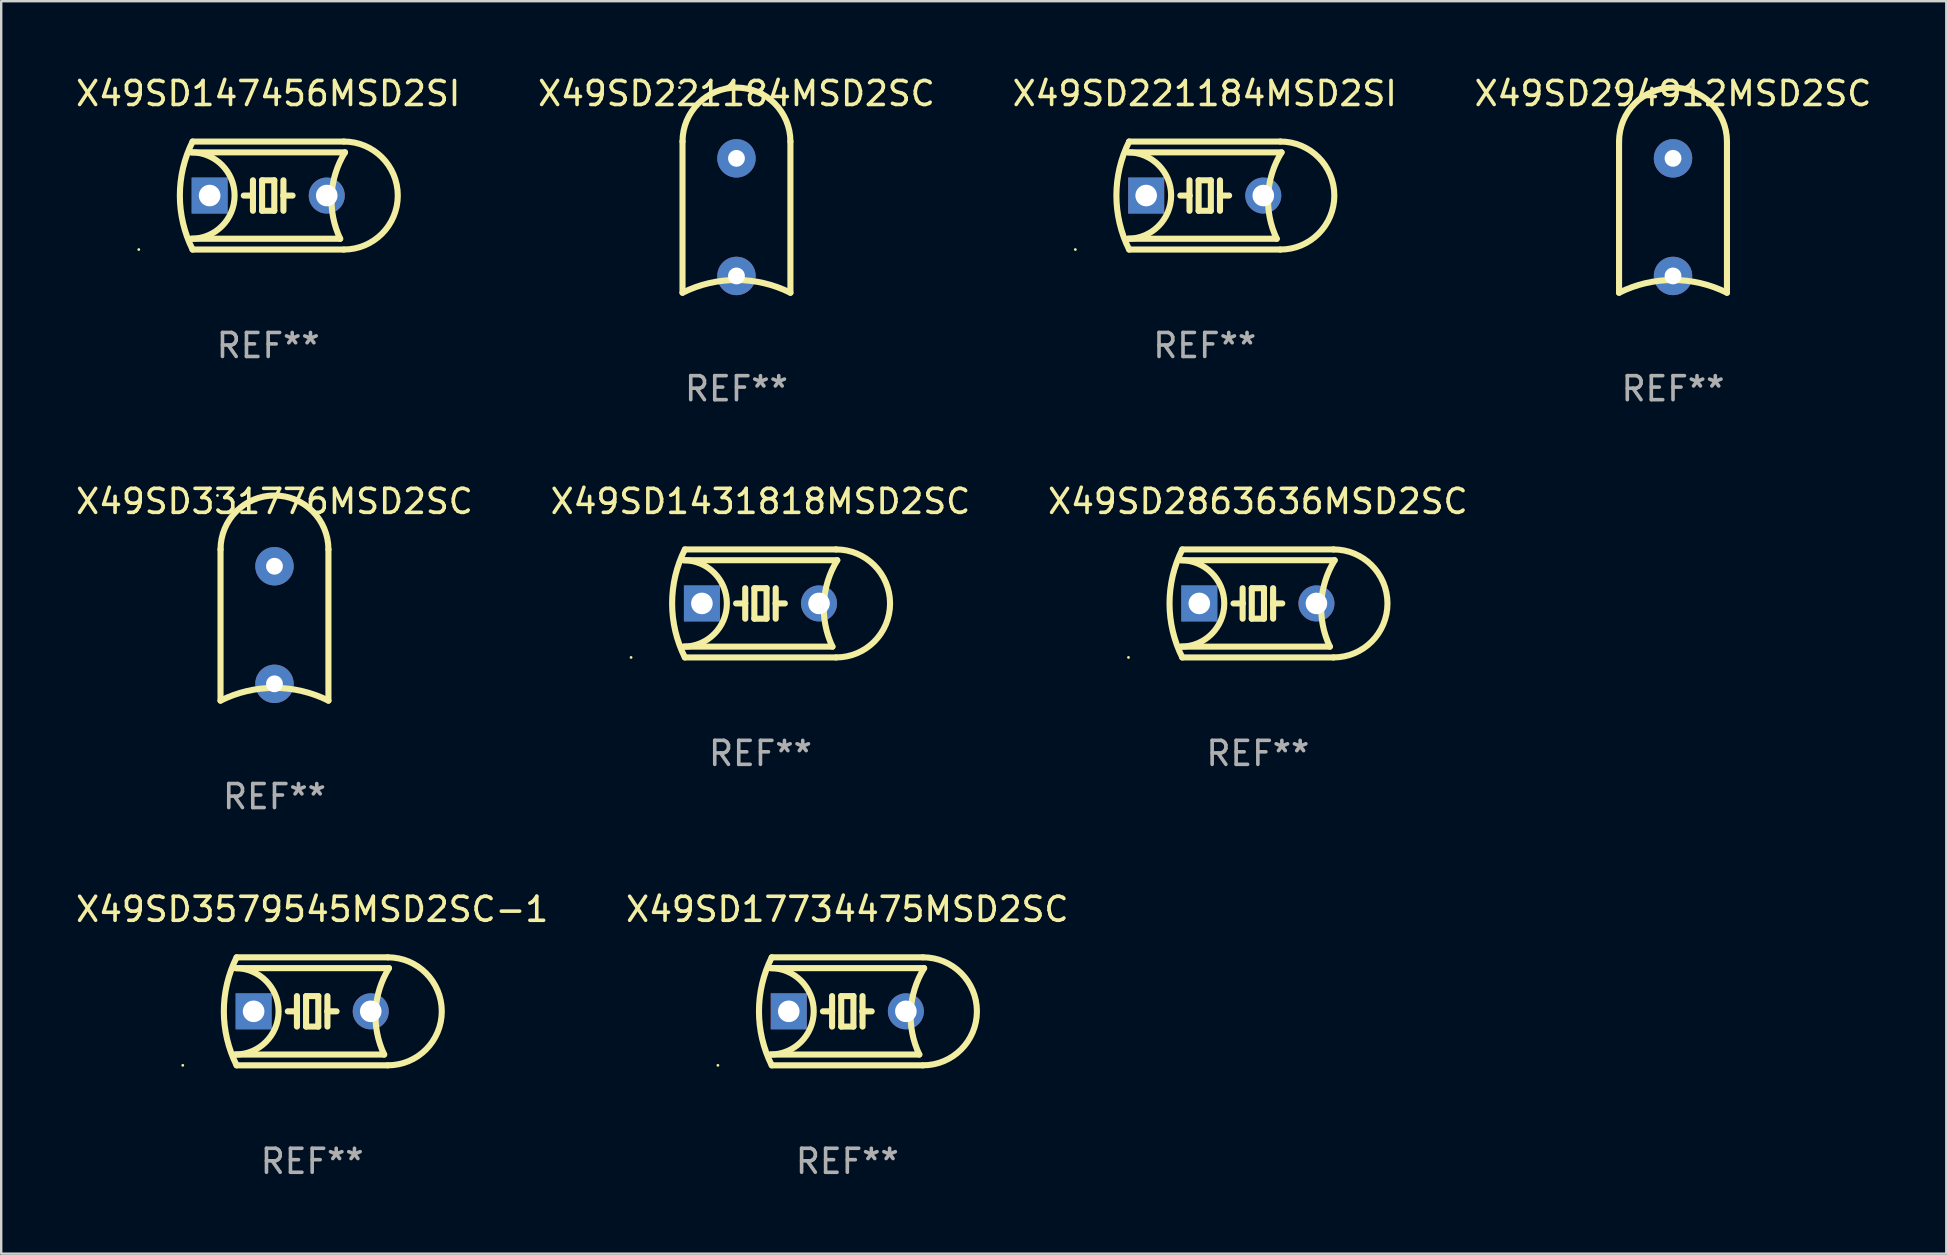
<source format=kicad_pcb>
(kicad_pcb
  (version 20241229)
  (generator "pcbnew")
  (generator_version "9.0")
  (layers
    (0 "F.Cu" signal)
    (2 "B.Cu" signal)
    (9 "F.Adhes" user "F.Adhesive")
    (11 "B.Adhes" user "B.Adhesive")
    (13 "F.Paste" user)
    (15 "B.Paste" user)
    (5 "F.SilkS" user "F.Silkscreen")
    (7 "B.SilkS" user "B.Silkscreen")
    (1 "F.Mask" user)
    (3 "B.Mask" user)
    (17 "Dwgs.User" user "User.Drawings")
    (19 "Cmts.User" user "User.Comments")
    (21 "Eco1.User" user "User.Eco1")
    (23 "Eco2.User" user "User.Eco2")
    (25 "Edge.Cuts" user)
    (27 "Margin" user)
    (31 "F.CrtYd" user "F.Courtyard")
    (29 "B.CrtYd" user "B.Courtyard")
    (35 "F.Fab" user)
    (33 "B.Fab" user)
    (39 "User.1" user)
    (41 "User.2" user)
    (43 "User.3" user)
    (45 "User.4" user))
  (footprint "X49SD221184MSD2SC"
    (layer "F.Cu")
    (at 27.637 5.998)
    (property "Reference" "X49SD221184MSD2SC" (at 0 -5.15 0) (layer "F.SilkS") (effects (font (size 1 1) (thickness 0.15))))
    (attr through_hole)
    (fp_line (start -2.248 3.15) (end -2.248 -3.15) (stroke (width 0.254) (type solid)) (layer "F.SilkS"))
    (fp_line (start 2.248 3.15) (end 2.248 -3.15) (stroke (width 0.254) (type solid)) (layer "F.SilkS"))
    (fp_arc (start -2.247904 -3.149606) (mid 0 -5.39751) (end 2.247904 -3.149606) (stroke (width 0.254001) (type solid)) (layer "F.SilkS"))
    (fp_arc (start -2.247904 3.149606) (mid 0 2.618948) (end 2.247905 3.149606) (stroke (width 0.254001) (type solid)) (layer "F.SilkS"))
    (fp_circle (center -2.375 -5.398) (end -2.345 -5.398) (stroke (width 0.06) (type solid)) (fill no) (layer "F.SilkS"))
    (fp_text user "REF**" (at 0 7.15 0) (layer "F.Fab") (effects (font (size 1 1) (thickness 0.15))))
    (pad "1" thru_hole circle (at 0 -2.45) (size 1.6 1.6) (drill 0.7) (layers "*.Cu" "*.Mask"))
    (pad "2" thru_hole circle (at 0 2.45) (size 1.6 1.6) (drill 0.7) (layers "*.Cu" "*.Mask")))
  (footprint "X49SD1431818MSD2SC"
    (layer "F.Cu")
    (at 28.637 22.094)
    (property "Reference" "X49SD1431818MSD2SC" (at 0 -4.25 0) (layer "F.SilkS") (effects (font (size 1 1) (thickness 0.15))))
    (attr through_hole)
    (fp_line (start -3.2 -1.8) (end 3.2 -1.8) (stroke (width 0.254) (type solid)) (layer "F.SilkS"))
    (fp_line (start -3.15 2.25) (end 3.15 2.25) (stroke (width 0.254) (type solid)) (layer "F.SilkS"))
    (fp_line (start -0.635 -0.635) (end -0.635 0) (stroke (width 0.254) (type solid)) (layer "F.SilkS"))
    (fp_line (start -0.635 0) (end -1.016 0) (stroke (width 0.254) (type solid)) (layer "F.SilkS"))
    (fp_line (start -0.635 0) (end -0.635 0.635) (stroke (width 0.254) (type solid)) (layer "F.SilkS"))
    (fp_line (start -0.254 -0.635) (end -0.254 0.635) (stroke (width 0.254) (type solid)) (layer "F.SilkS"))
    (fp_line (start -0.254 0.635) (end 0.254 0.635) (stroke (width 0.254) (type solid)) (layer "F.SilkS"))
    (fp_line (start 0.254 -0.635) (end -0.254 -0.635) (stroke (width 0.254) (type solid)) (layer "F.SilkS"))
    (fp_line (start 0.254 0.635) (end 0.254 -0.635) (stroke (width 0.254) (type solid)) (layer "F.SilkS"))
    (fp_line (start 0.635 -0.635) (end 0.635 0) (stroke (width 0.254) (type solid)) (layer "F.SilkS"))
    (fp_line (start 0.635 0) (end 0.635 0.635) (stroke (width 0.254) (type solid)) (layer "F.SilkS"))
    (fp_line (start 0.635 0) (end 1.016 0) (stroke (width 0.254) (type solid)) (layer "F.SilkS"))
    (fp_line (start 3 1.8) (end -3.2 1.8) (stroke (width 0.254) (type solid)) (layer "F.SilkS"))
    (fp_line (start 3.15 -2.25) (end -3.15 -2.25) (stroke (width 0.254) (type solid)) (layer "F.SilkS"))
    (fp_arc (start -3.200406 -1.800864) (mid -1.399974 -0.000635) (end -3.2 1.8) (stroke (width 0.254001) (type solid)) (layer "F.SilkS"))
    (fp_arc (start -3.149606 2.250444) (mid -3.680941 0.000261) (end -3.149987 -2.250013) (stroke (width 0.254001) (type solid)) (layer "F.SilkS"))
    (fp_arc (start 2.999746 1.800863) (mid 2.642982 -0.024977) (end 3.2 -1.8) (stroke (width 0.254001) (type solid)) (layer "F.SilkS"))
    (fp_arc (start 3.149607 -2.250445) (mid 5.399848 -0.000406) (end 3.149987 2.250013) (stroke (width 0.254001) (type solid)) (layer "F.SilkS"))
    (fp_circle (center -5.392 2.25) (end -5.362 2.25) (stroke (width 0.06) (type solid)) (fill no) (layer "F.SilkS"))
    (fp_text user "REF**" (at 0 6.25 0) (layer "F.Fab") (effects (font (size 1 1) (thickness 0.15))))
    (pad "1" thru_hole rect (at -2.44 0) (size 1.5 1.5) (drill 0.9) (layers "*.Cu" "*.Mask"))
    (pad "2" thru_hole circle (at 2.44 0) (size 1.5 1.5) (drill 0.9) (layers "*.Cu" "*.Mask")))
  (footprint "X49SD17734475MSD2SC"
    (layer "F.Cu")
    (at 32.256 39.09)
    (property "Reference" "X49SD17734475MSD2SC" (at 0 -4.25 0) (layer "F.SilkS") (effects (font (size 1 1) (thickness 0.15))))
    (attr through_hole)
    (fp_line (start -3.2 -1.8) (end 3.2 -1.8) (stroke (width 0.254) (type solid)) (layer "F.SilkS"))
    (fp_line (start -3.15 2.25) (end 3.15 2.25) (stroke (width 0.254) (type solid)) (layer "F.SilkS"))
    (fp_line (start -0.635 -0.635) (end -0.635 0) (stroke (width 0.254) (type solid)) (layer "F.SilkS"))
    (fp_line (start -0.635 0) (end -1.016 0) (stroke (width 0.254) (type solid)) (layer "F.SilkS"))
    (fp_line (start -0.635 0) (end -0.635 0.635) (stroke (width 0.254) (type solid)) (layer "F.SilkS"))
    (fp_line (start -0.254 -0.635) (end -0.254 0.635) (stroke (width 0.254) (type solid)) (layer "F.SilkS"))
    (fp_line (start -0.254 0.635) (end 0.254 0.635) (stroke (width 0.254) (type solid)) (layer "F.SilkS"))
    (fp_line (start 0.254 -0.635) (end -0.254 -0.635) (stroke (width 0.254) (type solid)) (layer "F.SilkS"))
    (fp_line (start 0.254 0.635) (end 0.254 -0.635) (stroke (width 0.254) (type solid)) (layer "F.SilkS"))
    (fp_line (start 0.635 -0.635) (end 0.635 0) (stroke (width 0.254) (type solid)) (layer "F.SilkS"))
    (fp_line (start 0.635 0) (end 0.635 0.635) (stroke (width 0.254) (type solid)) (layer "F.SilkS"))
    (fp_line (start 0.635 0) (end 1.016 0) (stroke (width 0.254) (type solid)) (layer "F.SilkS"))
    (fp_line (start 3 1.8) (end -3.2 1.8) (stroke (width 0.254) (type solid)) (layer "F.SilkS"))
    (fp_line (start 3.15 -2.25) (end -3.15 -2.25) (stroke (width 0.254) (type solid)) (layer "F.SilkS"))
    (fp_arc (start -3.200406 -1.800864) (mid -1.399974 -0.000635) (end -3.2 1.8) (stroke (width 0.254001) (type solid)) (layer "F.SilkS"))
    (fp_arc (start -3.149606 2.250444) (mid -3.680941 0.000261) (end -3.149987 -2.250013) (stroke (width 0.254001) (type solid)) (layer "F.SilkS"))
    (fp_arc (start 2.999746 1.800863) (mid 2.642982 -0.024977) (end 3.2 -1.8) (stroke (width 0.254001) (type solid)) (layer "F.SilkS"))
    (fp_arc (start 3.149607 -2.250445) (mid 5.399848 -0.000406) (end 3.149987 2.250013) (stroke (width 0.254001) (type solid)) (layer "F.SilkS"))
    (fp_circle (center -5.392 2.25) (end -5.362 2.25) (stroke (width 0.06) (type solid)) (fill no) (layer "F.SilkS"))
    (fp_text user "REF**" (at 0 6.25 0) (layer "F.Fab") (effects (font (size 1 1) (thickness 0.15))))
    (pad "1" thru_hole rect (at -2.44 0) (size 1.5 1.5) (drill 0.9) (layers "*.Cu" "*.Mask"))
    (pad "2" thru_hole circle (at 2.44 0) (size 1.5 1.5) (drill 0.9) (layers "*.Cu" "*.Mask")))
  (footprint "X49SD2863636MSD2SC"
    (layer "F.Cu")
    (at 49.363 22.094)
    (property "Reference" "X49SD2863636MSD2SC" (at 0 -4.25 0) (layer "F.SilkS") (effects (font (size 1 1) (thickness 0.15))))
    (attr through_hole)
    (fp_line (start -3.2 -1.8) (end 3.2 -1.8) (stroke (width 0.254) (type solid)) (layer "F.SilkS"))
    (fp_line (start -3.15 2.25) (end 3.15 2.25) (stroke (width 0.254) (type solid)) (layer "F.SilkS"))
    (fp_line (start -0.635 -0.635) (end -0.635 0) (stroke (width 0.254) (type solid)) (layer "F.SilkS"))
    (fp_line (start -0.635 0) (end -1.016 0) (stroke (width 0.254) (type solid)) (layer "F.SilkS"))
    (fp_line (start -0.635 0) (end -0.635 0.635) (stroke (width 0.254) (type solid)) (layer "F.SilkS"))
    (fp_line (start -0.254 -0.635) (end -0.254 0.635) (stroke (width 0.254) (type solid)) (layer "F.SilkS"))
    (fp_line (start -0.254 0.635) (end 0.254 0.635) (stroke (width 0.254) (type solid)) (layer "F.SilkS"))
    (fp_line (start 0.254 -0.635) (end -0.254 -0.635) (stroke (width 0.254) (type solid)) (layer "F.SilkS"))
    (fp_line (start 0.254 0.635) (end 0.254 -0.635) (stroke (width 0.254) (type solid)) (layer "F.SilkS"))
    (fp_line (start 0.635 -0.635) (end 0.635 0) (stroke (width 0.254) (type solid)) (layer "F.SilkS"))
    (fp_line (start 0.635 0) (end 0.635 0.635) (stroke (width 0.254) (type solid)) (layer "F.SilkS"))
    (fp_line (start 0.635 0) (end 1.016 0) (stroke (width 0.254) (type solid)) (layer "F.SilkS"))
    (fp_line (start 3 1.8) (end -3.2 1.8) (stroke (width 0.254) (type solid)) (layer "F.SilkS"))
    (fp_line (start 3.15 -2.25) (end -3.15 -2.25) (stroke (width 0.254) (type solid)) (layer "F.SilkS"))
    (fp_arc (start -3.200406 -1.800864) (mid -1.399974 -0.000635) (end -3.2 1.8) (stroke (width 0.254001) (type solid)) (layer "F.SilkS"))
    (fp_arc (start -3.149606 2.250444) (mid -3.680941 0.000261) (end -3.149987 -2.250013) (stroke (width 0.254001) (type solid)) (layer "F.SilkS"))
    (fp_arc (start 2.999746 1.800863) (mid 2.642982 -0.024977) (end 3.2 -1.8) (stroke (width 0.254001) (type solid)) (layer "F.SilkS"))
    (fp_arc (start 3.149607 -2.250445) (mid 5.399848 -0.000406) (end 3.149987 2.250013) (stroke (width 0.254001) (type solid)) (layer "F.SilkS"))
    (fp_circle (center -5.392 2.25) (end -5.362 2.25) (stroke (width 0.06) (type solid)) (fill no) (layer "F.SilkS"))
    (fp_text user "REF**" (at 0 6.25 0) (layer "F.Fab") (effects (font (size 1 1) (thickness 0.15))))
    (pad "1" thru_hole rect (at -2.44 0) (size 1.5 1.5) (drill 0.9) (layers "*.Cu" "*.Mask"))
    (pad "2" thru_hole circle (at 2.44 0) (size 1.5 1.5) (drill 0.9) (layers "*.Cu" "*.Mask")))
  (footprint "X49SD221184MSD2SI"
    (layer "F.Cu")
    (at 47.149 5.098)
    (property "Reference" "X49SD221184MSD2SI" (at 0 -4.25 0) (layer "F.SilkS") (effects (font (size 1 1) (thickness 0.15))))
    (attr through_hole)
    (fp_line (start -3.2 -1.8) (end 3.2 -1.8) (stroke (width 0.254) (type solid)) (layer "F.SilkS"))
    (fp_line (start -3.15 2.25) (end 3.15 2.25) (stroke (width 0.254) (type solid)) (layer "F.SilkS"))
    (fp_line (start -0.635 -0.635) (end -0.635 0) (stroke (width 0.254) (type solid)) (layer "F.SilkS"))
    (fp_line (start -0.635 0) (end -1.016 0) (stroke (width 0.254) (type solid)) (layer "F.SilkS"))
    (fp_line (start -0.635 0) (end -0.635 0.635) (stroke (width 0.254) (type solid)) (layer "F.SilkS"))
    (fp_line (start -0.254 -0.635) (end -0.254 0.635) (stroke (width 0.254) (type solid)) (layer "F.SilkS"))
    (fp_line (start -0.254 0.635) (end 0.254 0.635) (stroke (width 0.254) (type solid)) (layer "F.SilkS"))
    (fp_line (start 0.254 -0.635) (end -0.254 -0.635) (stroke (width 0.254) (type solid)) (layer "F.SilkS"))
    (fp_line (start 0.254 0.635) (end 0.254 -0.635) (stroke (width 0.254) (type solid)) (layer "F.SilkS"))
    (fp_line (start 0.635 -0.635) (end 0.635 0) (stroke (width 0.254) (type solid)) (layer "F.SilkS"))
    (fp_line (start 0.635 0) (end 0.635 0.635) (stroke (width 0.254) (type solid)) (layer "F.SilkS"))
    (fp_line (start 0.635 0) (end 1.016 0) (stroke (width 0.254) (type solid)) (layer "F.SilkS"))
    (fp_line (start 3 1.8) (end -3.2 1.8) (stroke (width 0.254) (type solid)) (layer "F.SilkS"))
    (fp_line (start 3.15 -2.25) (end -3.15 -2.25) (stroke (width 0.254) (type solid)) (layer "F.SilkS"))
    (fp_arc (start -3.200406 -1.800864) (mid -1.399974 -0.000635) (end -3.2 1.8) (stroke (width 0.254001) (type solid)) (layer "F.SilkS"))
    (fp_arc (start -3.149606 2.250444) (mid -3.680941 0.000261) (end -3.149987 -2.250013) (stroke (width 0.254001) (type solid)) (layer "F.SilkS"))
    (fp_arc (start 2.999746 1.800863) (mid 2.642982 -0.024977) (end 3.2 -1.8) (stroke (width 0.254001) (type solid)) (layer "F.SilkS"))
    (fp_arc (start 3.149607 -2.250445) (mid 5.399848 -0.000406) (end 3.149987 2.250013) (stroke (width 0.254001) (type solid)) (layer "F.SilkS"))
    (fp_circle (center -5.392 2.25) (end -5.362 2.25) (stroke (width 0.06) (type solid)) (fill no) (layer "F.SilkS"))
    (fp_text user "REF**" (at 0 6.25 0) (layer "F.Fab") (effects (font (size 1 1) (thickness 0.15))))
    (pad "1" thru_hole rect (at -2.44 0) (size 1.5 1.5) (drill 0.9) (layers "*.Cu" "*.Mask"))
    (pad "2" thru_hole circle (at 2.44 0) (size 1.5 1.5) (drill 0.9) (layers "*.Cu" "*.Mask")))
  (footprint "X49SD294912MSD2SC"
    (layer "F.Cu")
    (at 66.661 5.998)
    (property "Reference" "X49SD294912MSD2SC" (at 0 -5.15 0) (layer "F.SilkS") (effects (font (size 1 1) (thickness 0.15))))
    (attr through_hole)
    (fp_line (start -2.248 3.15) (end -2.248 -3.15) (stroke (width 0.254) (type solid)) (layer "F.SilkS"))
    (fp_line (start 2.248 3.15) (end 2.248 -3.15) (stroke (width 0.254) (type solid)) (layer "F.SilkS"))
    (fp_arc (start -2.247904 -3.149606) (mid 0 -5.39751) (end 2.247904 -3.149606) (stroke (width 0.254001) (type solid)) (layer "F.SilkS"))
    (fp_arc (start -2.247904 3.149606) (mid 0 2.618948) (end 2.247905 3.149606) (stroke (width 0.254001) (type solid)) (layer "F.SilkS"))
    (fp_circle (center -2.375 -5.398) (end -2.345 -5.398) (stroke (width 0.06) (type solid)) (fill no) (layer "F.SilkS"))
    (fp_text user "REF**" (at 0 7.15 0) (layer "F.Fab") (effects (font (size 1 1) (thickness 0.15))))
    (pad "1" thru_hole circle (at 0 -2.45) (size 1.6 1.6) (drill 0.7) (layers "*.Cu" "*.Mask"))
    (pad "2" thru_hole circle (at 0 2.45) (size 1.6 1.6) (drill 0.7) (layers "*.Cu" "*.Mask")))
  (footprint "X49SD147456MSD2SI"
    (layer "F.Cu")
    (at 8.125 5.098)
    (property "Reference" "X49SD147456MSD2SI" (at 0 -4.25 0) (layer "F.SilkS") (effects (font (size 1 1) (thickness 0.15))))
    (attr through_hole)
    (fp_line (start -3.2 -1.8) (end 3.2 -1.8) (stroke (width 0.254) (type solid)) (layer "F.SilkS"))
    (fp_line (start -3.15 2.25) (end 3.15 2.25) (stroke (width 0.254) (type solid)) (layer "F.SilkS"))
    (fp_line (start -0.635 -0.635) (end -0.635 0) (stroke (width 0.254) (type solid)) (layer "F.SilkS"))
    (fp_line (start -0.635 0) (end -1.016 0) (stroke (width 0.254) (type solid)) (layer "F.SilkS"))
    (fp_line (start -0.635 0) (end -0.635 0.635) (stroke (width 0.254) (type solid)) (layer "F.SilkS"))
    (fp_line (start -0.254 -0.635) (end -0.254 0.635) (stroke (width 0.254) (type solid)) (layer "F.SilkS"))
    (fp_line (start -0.254 0.635) (end 0.254 0.635) (stroke (width 0.254) (type solid)) (layer "F.SilkS"))
    (fp_line (start 0.254 -0.635) (end -0.254 -0.635) (stroke (width 0.254) (type solid)) (layer "F.SilkS"))
    (fp_line (start 0.254 0.635) (end 0.254 -0.635) (stroke (width 0.254) (type solid)) (layer "F.SilkS"))
    (fp_line (start 0.635 -0.635) (end 0.635 0) (stroke (width 0.254) (type solid)) (layer "F.SilkS"))
    (fp_line (start 0.635 0) (end 0.635 0.635) (stroke (width 0.254) (type solid)) (layer "F.SilkS"))
    (fp_line (start 0.635 0) (end 1.016 0) (stroke (width 0.254) (type solid)) (layer "F.SilkS"))
    (fp_line (start 3 1.8) (end -3.2 1.8) (stroke (width 0.254) (type solid)) (layer "F.SilkS"))
    (fp_line (start 3.15 -2.25) (end -3.15 -2.25) (stroke (width 0.254) (type solid)) (layer "F.SilkS"))
    (fp_arc (start -3.200406 -1.800864) (mid -1.399974 -0.000635) (end -3.2 1.8) (stroke (width 0.254001) (type solid)) (layer "F.SilkS"))
    (fp_arc (start -3.149606 2.250444) (mid -3.680941 0.000261) (end -3.149987 -2.250013) (stroke (width 0.254001) (type solid)) (layer "F.SilkS"))
    (fp_arc (start 2.999746 1.800863) (mid 2.642982 -0.024977) (end 3.2 -1.8) (stroke (width 0.254001) (type solid)) (layer "F.SilkS"))
    (fp_arc (start 3.149607 -2.250445) (mid 5.399848 -0.000406) (end 3.149987 2.250013) (stroke (width 0.254001) (type solid)) (layer "F.SilkS"))
    (fp_circle (center -5.392 2.25) (end -5.362 2.25) (stroke (width 0.06) (type solid)) (fill no) (layer "F.SilkS"))
    (fp_text user "REF**" (at 0 6.25 0) (layer "F.Fab") (effects (font (size 1 1) (thickness 0.15))))
    (pad "1" thru_hole rect (at -2.44 0) (size 1.5 1.5) (drill 0.9) (layers "*.Cu" "*.Mask"))
    (pad "2" thru_hole circle (at 2.44 0) (size 1.5 1.5) (drill 0.9) (layers "*.Cu" "*.Mask")))
  (footprint "X49SD3579545MSD2SC-1"
    (layer "F.Cu")
    (at 9.958 39.09)
    (property "Reference" "X49SD3579545MSD2SC-1" (at 0 -4.25 0) (layer "F.SilkS") (effects (font (size 1 1) (thickness 0.15))))
    (attr through_hole)
    (fp_line (start -3.2 -1.8) (end 3.2 -1.8) (stroke (width 0.254) (type solid)) (layer "F.SilkS"))
    (fp_line (start -3.15 2.25) (end 3.15 2.25) (stroke (width 0.254) (type solid)) (layer "F.SilkS"))
    (fp_line (start -0.635 -0.635) (end -0.635 0) (stroke (width 0.254) (type solid)) (layer "F.SilkS"))
    (fp_line (start -0.635 0) (end -1.016 0) (stroke (width 0.254) (type solid)) (layer "F.SilkS"))
    (fp_line (start -0.635 0) (end -0.635 0.635) (stroke (width 0.254) (type solid)) (layer "F.SilkS"))
    (fp_line (start -0.254 -0.635) (end -0.254 0.635) (stroke (width 0.254) (type solid)) (layer "F.SilkS"))
    (fp_line (start -0.254 0.635) (end 0.254 0.635) (stroke (width 0.254) (type solid)) (layer "F.SilkS"))
    (fp_line (start 0.254 -0.635) (end -0.254 -0.635) (stroke (width 0.254) (type solid)) (layer "F.SilkS"))
    (fp_line (start 0.254 0.635) (end 0.254 -0.635) (stroke (width 0.254) (type solid)) (layer "F.SilkS"))
    (fp_line (start 0.635 -0.635) (end 0.635 0) (stroke (width 0.254) (type solid)) (layer "F.SilkS"))
    (fp_line (start 0.635 0) (end 0.635 0.635) (stroke (width 0.254) (type solid)) (layer "F.SilkS"))
    (fp_line (start 0.635 0) (end 1.016 0) (stroke (width 0.254) (type solid)) (layer "F.SilkS"))
    (fp_line (start 3 1.8) (end -3.2 1.8) (stroke (width 0.254) (type solid)) (layer "F.SilkS"))
    (fp_line (start 3.15 -2.25) (end -3.15 -2.25) (stroke (width 0.254) (type solid)) (layer "F.SilkS"))
    (fp_arc (start -3.200406 -1.800864) (mid -1.399974 -0.000635) (end -3.2 1.8) (stroke (width 0.254001) (type solid)) (layer "F.SilkS"))
    (fp_arc (start -3.149606 2.250444) (mid -3.680941 0.000261) (end -3.149987 -2.250013) (stroke (width 0.254001) (type solid)) (layer "F.SilkS"))
    (fp_arc (start 2.999746 1.800863) (mid 2.642982 -0.024977) (end 3.2 -1.8) (stroke (width 0.254001) (type solid)) (layer "F.SilkS"))
    (fp_arc (start 3.149607 -2.250445) (mid 5.399848 -0.000406) (end 3.149987 2.250013) (stroke (width 0.254001) (type solid)) (layer "F.SilkS"))
    (fp_circle (center -5.392 2.25) (end -5.362 2.25) (stroke (width 0.06) (type solid)) (fill no) (layer "F.SilkS"))
    (fp_text user "REF**" (at 0 6.25 0) (layer "F.Fab") (effects (font (size 1 1) (thickness 0.15))))
    (pad "1" thru_hole rect (at -2.44 0) (size 1.5 1.5) (drill 0.9) (layers "*.Cu" "*.Mask"))
    (pad "2" thru_hole circle (at 2.44 0) (size 1.5 1.5) (drill 0.9) (layers "*.Cu" "*.Mask")))
  (footprint "X49SD331776MSD2SC"
    (layer "F.Cu")
    (at 8.387 22.994)
    (property "Reference" "X49SD331776MSD2SC" (at 0 -5.15 0) (layer "F.SilkS") (effects (font (size 1 1) (thickness 0.15))))
    (attr through_hole)
    (fp_line (start -2.248 3.15) (end -2.248 -3.15) (stroke (width 0.254) (type solid)) (layer "F.SilkS"))
    (fp_line (start 2.248 3.15) (end 2.248 -3.15) (stroke (width 0.254) (type solid)) (layer "F.SilkS"))
    (fp_arc (start -2.247904 -3.149606) (mid 0 -5.39751) (end 2.247904 -3.149606) (stroke (width 0.254001) (type solid)) (layer "F.SilkS"))
    (fp_arc (start -2.247904 3.149606) (mid 0 2.618948) (end 2.247905 3.149606) (stroke (width 0.254001) (type solid)) (layer "F.SilkS"))
    (fp_circle (center -2.375 -5.398) (end -2.345 -5.398) (stroke (width 0.06) (type solid)) (fill no) (layer "F.SilkS"))
    (fp_text user "REF**" (at 0 7.15 0) (layer "F.Fab") (effects (font (size 1 1) (thickness 0.15))))
    (pad "1" thru_hole circle (at 0 -2.45) (size 1.6 1.6) (drill 0.7) (layers "*.Cu" "*.Mask"))
    (pad "2" thru_hole circle (at 0 2.45) (size 1.6 1.6) (drill 0.7) (layers "*.Cu" "*.Mask")))
  (gr_rect
    (start -3 -3)
    (end 78.048 49.188)
    (stroke (width 0.1) (type default))
    (fill no)
    (layer "Edge.Cuts")))
</source>
